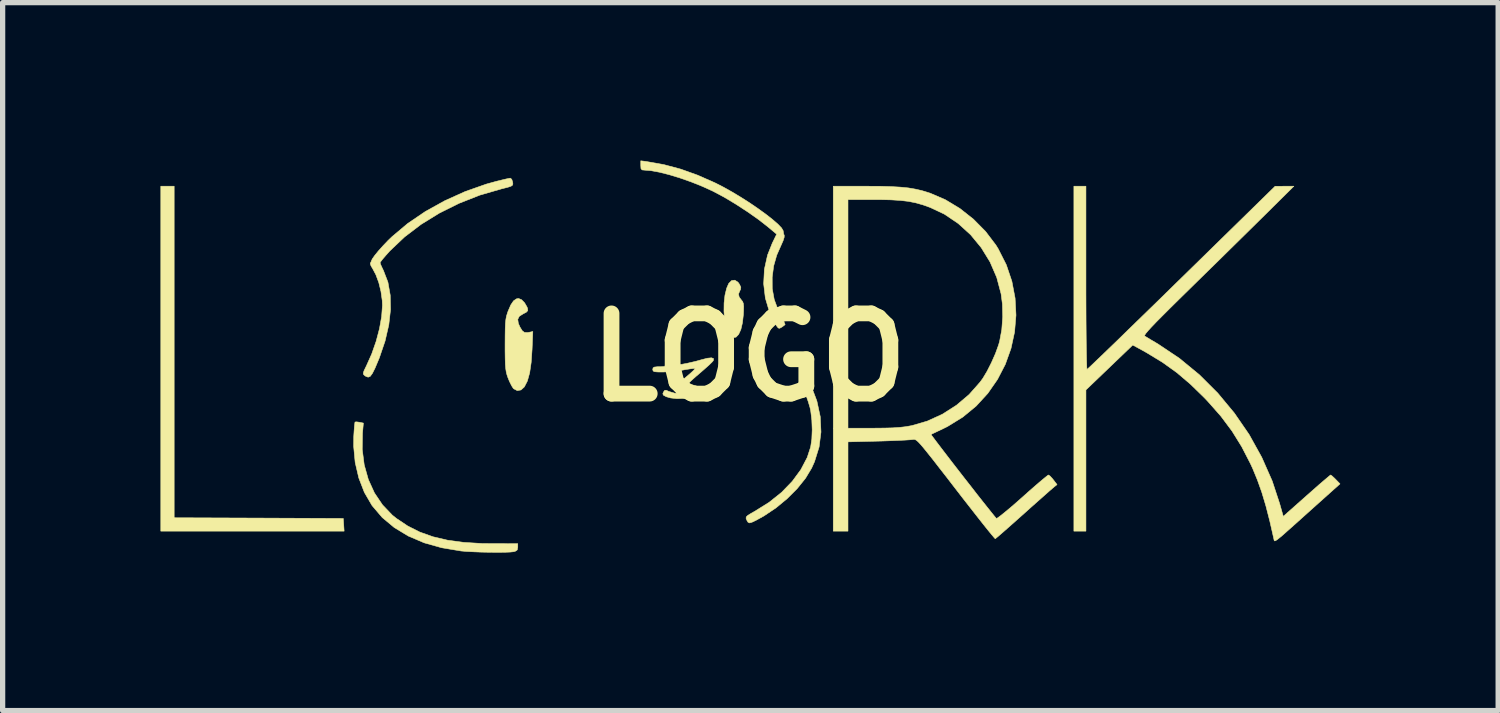
<source format=kicad_pcb>
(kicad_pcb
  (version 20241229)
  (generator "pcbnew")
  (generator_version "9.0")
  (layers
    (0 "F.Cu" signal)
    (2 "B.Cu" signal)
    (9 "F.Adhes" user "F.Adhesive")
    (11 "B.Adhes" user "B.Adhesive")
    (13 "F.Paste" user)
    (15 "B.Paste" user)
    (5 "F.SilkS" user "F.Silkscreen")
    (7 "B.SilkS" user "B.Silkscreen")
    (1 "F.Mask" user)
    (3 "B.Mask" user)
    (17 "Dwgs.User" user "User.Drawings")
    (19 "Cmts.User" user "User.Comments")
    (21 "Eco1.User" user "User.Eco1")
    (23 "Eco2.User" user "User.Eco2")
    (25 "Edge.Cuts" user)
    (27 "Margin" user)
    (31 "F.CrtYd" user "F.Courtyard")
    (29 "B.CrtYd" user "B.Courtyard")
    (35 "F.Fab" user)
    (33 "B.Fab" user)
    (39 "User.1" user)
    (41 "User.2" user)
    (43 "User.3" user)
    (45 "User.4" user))
  (footprint "LOGO"
    (layer "F.Cu")
    (at 11.181 3.739)
    (property "Reference" "LOGO" (at 0 0 0) (layer "F.SilkS") (effects (font (size 1.524 1.524) (thickness 0.3))))
    (attr through_hole)
    (fp_poly (pts (xy -10.922 3.048) (xy -9.315 3.054) (xy -7.709 3.061) (xy -7.701 3.181) (xy -7.693 3.302) (xy -11.176 3.302) (xy -11.176 -3.251) (xy -10.922 -3.251) (xy -10.922 3.048)) (stroke (width 0.01) (type solid)) (fill yes) (layer "F.SilkS"))
    (fp_poly (pts (xy -0.21 -1.427) (xy -0.183 -1.39) (xy -0.156 -1.333) (xy -0.161 -1.289) (xy -0.172 -1.27) (xy -0.2 -1.203) (xy -0.187 -1.144) (xy -0.149 -1.094) (xy -0.123 -1.061) (xy -0.108 -1.023) (xy -0.102 -0.967) (xy -0.104 -0.88) (xy -0.107 -0.815) (xy -0.125 -0.657) (xy -0.155 -0.529) (xy -0.197 -0.437) (xy -0.247 -0.384) (xy -0.303 -0.374) (xy -0.35 -0.4) (xy -0.401 -0.473) (xy -0.44 -0.584) (xy -0.465 -0.722) (xy -0.476 -0.875) (xy -0.474 -1.032) (xy -0.457 -1.182) (xy -0.425 -1.313) (xy -0.386 -1.403) (xy -0.332 -1.458) (xy -0.27 -1.466) (xy -0.21 -1.427)) (stroke (width 0.01) (type solid)) (fill yes) (layer "F.SilkS"))
    (fp_poly (pts (xy -7.401 1.234) (xy -7.327 1.249) (xy -7.344 1.443) (xy -7.349 1.749) (xy -7.311 2.044) (xy -7.233 2.321) (xy -7.117 2.576) (xy -6.964 2.803) (xy -6.778 2.998) (xy -6.698 3.062) (xy -6.484 3.205) (xy -6.255 3.32) (xy -6.005 3.409) (xy -5.729 3.474) (xy -5.42 3.516) (xy -5.072 3.537) (xy -4.883 3.539) (xy -4.394 3.54) (xy -4.394 3.608) (xy -4.404 3.659) (xy -4.442 3.685) (xy -4.474 3.693) (xy -4.539 3.7) (xy -4.645 3.704) (xy -4.778 3.705) (xy -4.929 3.704) (xy -5.086 3.701) (xy -5.237 3.695) (xy -5.372 3.688) (xy -5.474 3.679) (xy -5.838 3.618) (xy -6.172 3.524) (xy -6.474 3.395) (xy -6.74 3.234) (xy -6.969 3.043) (xy -7.158 2.821) (xy -7.166 2.81) (xy -7.308 2.566) (xy -7.414 2.292) (xy -7.483 1.997) (xy -7.512 1.689) (xy -7.51 1.502) (xy -7.503 1.392) (xy -7.496 1.303) (xy -7.489 1.245) (xy -7.486 1.229) (xy -7.456 1.226) (xy -7.401 1.234)) (stroke (width 0.01) (type solid)) (fill yes) (layer "F.SilkS"))
    (fp_poly (pts (xy -4.322 -1.095) (xy -4.265 -1.037) (xy -4.218 -0.956) (xy -4.207 -0.925) (xy -4.204 -0.887) (xy -4.232 -0.857) (xy -4.292 -0.826) (xy -4.365 -0.78) (xy -4.394 -0.722) (xy -4.383 -0.645) (xy -4.353 -0.577) (xy -4.309 -0.505) (xy -4.266 -0.473) (xy -4.207 -0.471) (xy -4.182 -0.475) (xy -4.108 -0.49) (xy -4.122 -0.15) (xy -4.139 0.096) (xy -4.168 0.295) (xy -4.211 0.449) (xy -4.268 0.56) (xy -4.269 0.562) (xy -4.333 0.62) (xy -4.404 0.632) (xy -4.471 0.597) (xy -4.48 0.588) (xy -4.511 0.539) (xy -4.55 0.461) (xy -4.579 0.391) (xy -4.599 0.333) (xy -4.613 0.277) (xy -4.623 0.212) (xy -4.63 0.13) (xy -4.633 0.021) (xy -4.635 -0.124) (xy -4.635 -0.241) (xy -4.634 -0.414) (xy -4.632 -0.545) (xy -4.628 -0.644) (xy -4.62 -0.719) (xy -4.609 -0.78) (xy -4.592 -0.836) (xy -4.579 -0.874) (xy -4.526 -0.996) (xy -4.474 -1.073) (xy -4.419 -1.111) (xy -4.379 -1.118) (xy -4.322 -1.095)) (stroke (width 0.01) (type solid)) (fill yes) (layer "F.SilkS"))
    (fp_poly (pts (xy 1.094 0.371) (xy 1.133 0.439) (xy 1.175 0.528) (xy 1.289 0.83) (xy 1.353 1.127) (xy 1.367 1.419) (xy 1.331 1.704) (xy 1.244 1.983) (xy 1.189 2.105) (xy 1.072 2.299) (xy 0.914 2.495) (xy 0.724 2.685) (xy 0.511 2.861) (xy 0.284 3.013) (xy 0.134 3.096) (xy 0.056 3.133) (xy 0.008 3.146) (xy -0.02 3.132) (xy -0.043 3.093) (xy -0.045 3.088) (xy -0.057 3.056) (xy -0.051 3.03) (xy -0.022 3.002) (xy 0.04 2.964) (xy 0.109 2.925) (xy 0.38 2.756) (xy 0.619 2.565) (xy 0.822 2.355) (xy 0.985 2.133) (xy 1.106 1.902) (xy 1.171 1.702) (xy 1.193 1.553) (xy 1.2 1.376) (xy 1.193 1.192) (xy 1.172 1.019) (xy 1.159 0.957) (xy 1.126 0.845) (xy 1.08 0.715) (xy 1.03 0.595) (xy 1.029 0.592) (xy 0.986 0.497) (xy 0.963 0.437) (xy 0.958 0.401) (xy 0.969 0.379) (xy 0.984 0.366) (xy 1.026 0.34) (xy 1.06 0.34) (xy 1.094 0.371)) (stroke (width 0.01) (type solid)) (fill yes) (layer "F.SilkS"))
    (fp_poly (pts (xy -1.949 -3.72) (xy -1.617 -3.661) (xy -1.298 -3.576) (xy -0.977 -3.461) (xy -0.648 -3.316) (xy -0.489 -3.235) (xy -0.321 -3.141) (xy -0.15 -3.038) (xy 0.019 -2.93) (xy 0.178 -2.821) (xy 0.324 -2.715) (xy 0.449 -2.617) (xy 0.549 -2.53) (xy 0.617 -2.459) (xy 0.648 -2.407) (xy 0.649 -2.399) (xy 0.659 -2.341) (xy 0.669 -2.319) (xy 0.668 -2.281) (xy 0.647 -2.215) (xy 0.62 -2.154) (xy 0.526 -1.941) (xy 0.468 -1.737) (xy 0.44 -1.524) (xy 0.441 -1.304) (xy 0.479 -1.097) (xy 0.557 -0.888) (xy 0.597 -0.805) (xy 0.639 -0.722) (xy 0.671 -0.658) (xy 0.685 -0.626) (xy 0.686 -0.624) (xy 0.667 -0.606) (xy 0.624 -0.575) (xy 0.582 -0.552) (xy 0.555 -0.557) (xy 0.523 -0.598) (xy 0.51 -0.619) (xy 0.388 -0.864) (xy 0.31 -1.126) (xy 0.278 -1.398) (xy 0.292 -1.673) (xy 0.352 -1.943) (xy 0.441 -2.167) (xy 0.525 -2.34) (xy 0.358 -2.48) (xy 0.18 -2.619) (xy -0.029 -2.766) (xy -0.252 -2.911) (xy -0.474 -3.044) (xy -0.679 -3.153) (xy -0.687 -3.157) (xy -0.884 -3.247) (xy -1.094 -3.331) (xy -1.306 -3.406) (xy -1.512 -3.469) (xy -1.702 -3.517) (xy -1.865 -3.547) (xy -1.98 -3.556) (xy -2.032 -3.561) (xy -2.053 -3.586) (xy -2.057 -3.645) (xy -2.057 -3.734) (xy -1.949 -3.72)) (stroke (width 0.01) (type solid)) (fill yes) (layer "F.SilkS"))
    (fp_poly (pts (xy -4.508 -3.382) (xy -4.491 -3.329) (xy -4.487 -3.294) (xy -4.495 -3.27) (xy -4.523 -3.251) (xy -4.58 -3.232) (xy -4.674 -3.208) (xy -4.71 -3.199) (xy -5.117 -3.081) (xy -5.51 -2.926) (xy -5.884 -2.74) (xy -6.231 -2.526) (xy -6.544 -2.288) (xy -6.816 -2.03) (xy -6.83 -2.016) (xy -6.904 -1.933) (xy -6.964 -1.863) (xy -7.001 -1.814) (xy -7.01 -1.798) (xy -7 -1.765) (xy -6.972 -1.703) (xy -6.945 -1.647) (xy -6.861 -1.428) (xy -6.817 -1.181) (xy -6.811 -0.91) (xy -6.844 -0.618) (xy -6.915 -0.31) (xy -7.024 0.01) (xy -7.108 0.21) (xy -7.157 0.307) (xy -7.197 0.361) (xy -7.237 0.377) (xy -7.282 0.36) (xy -7.3 0.348) (xy -7.323 0.327) (xy -7.329 0.301) (xy -7.316 0.258) (xy -7.281 0.185) (xy -7.27 0.163) (xy -7.169 -0.063) (xy -7.085 -0.303) (xy -7.021 -0.545) (xy -6.98 -0.777) (xy -6.965 -0.986) (xy -6.969 -1.081) (xy -6.993 -1.251) (xy -7.034 -1.419) (xy -7.089 -1.568) (xy -7.148 -1.68) (xy -7.183 -1.739) (xy -7.196 -1.781) (xy -7.193 -1.79) (xy -7.176 -1.827) (xy -7.176 -1.829) (xy -7.158 -1.869) (xy -7.111 -1.936) (xy -7.041 -2.022) (xy -6.954 -2.119) (xy -6.859 -2.219) (xy -6.783 -2.292) (xy -6.486 -2.542) (xy -6.149 -2.771) (xy -5.781 -2.975) (xy -5.393 -3.15) (xy -4.992 -3.291) (xy -4.804 -3.343) (xy -4.698 -3.369) (xy -4.609 -3.39) (xy -4.549 -3.402) (xy -4.534 -3.404) (xy -4.508 -3.382)) (stroke (width 0.01) (type solid)) (fill yes) (layer "F.SilkS"))
    (fp_poly (pts (xy -0.674 0.024) (xy -0.678 0.061) (xy -0.679 0.063) (xy -0.706 0.094) (xy -0.764 0.15) (xy -0.843 0.22) (xy -0.915 0.283) (xy -1.003 0.358) (xy -1.075 0.422) (xy -1.123 0.467) (xy -1.138 0.485) (xy -1.121 0.503) (xy -1.068 0.525) (xy -1.03 0.536) (xy -0.959 0.557) (xy -0.911 0.577) (xy -0.902 0.584) (xy -0.913 0.609) (xy -0.957 0.648) (xy -1.021 0.692) (xy -1.093 0.734) (xy -1.151 0.761) (xy -1.249 0.781) (xy -1.369 0.785) (xy -1.488 0.772) (xy -1.57 0.749) (xy -1.624 0.721) (xy -1.638 0.694) (xy -1.626 0.661) (xy -1.603 0.628) (xy -1.574 0.625) (xy -1.524 0.648) (xy -1.413 0.681) (xy -1.288 0.68) (xy -1.202 0.657) (xy -1.13 0.628) (xy -1.251 0.589) (xy -1.32 0.564) (xy -1.364 0.542) (xy -1.372 0.534) (xy -1.353 0.512) (xy -1.304 0.466) (xy -1.233 0.405) (xy -1.192 0.371) (xy -1.115 0.305) (xy -1.057 0.252) (xy -1.027 0.218) (xy -1.024 0.212) (xy -1.053 0.211) (xy -1.119 0.219) (xy -1.21 0.233) (xy -1.245 0.24) (xy -1.375 0.26) (xy -1.516 0.274) (xy -1.639 0.279) (xy -1.641 0.279) (xy -1.738 0.278) (xy -1.794 0.273) (xy -1.821 0.26) (xy -1.829 0.237) (xy -1.829 0.229) (xy -1.823 0.2) (xy -1.798 0.185) (xy -1.742 0.179) (xy -1.68 0.178) (xy -1.538 0.17) (xy -1.368 0.148) (xy -1.186 0.116) (xy -1.012 0.076) (xy -0.909 0.047) (xy -0.793 0.017) (xy -0.714 0.009) (xy -0.674 0.024)) (stroke (width 0.01) (type solid)) (fill yes) (layer "F.SilkS"))
    (fp_poly (pts (xy 6.401 -1.511) (xy 6.401 -1.219) (xy 6.402 -0.942) (xy 6.403 -0.685) (xy 6.405 -0.451) (xy 6.407 -0.245) (xy 6.41 -0.071) (xy 6.413 0.067) (xy 6.416 0.165) (xy 6.419 0.219) (xy 6.421 0.229) (xy 6.442 0.211) (xy 6.496 0.161) (xy 6.582 0.079) (xy 6.696 -0.03) (xy 6.837 -0.166) (xy 7.002 -0.325) (xy 7.187 -0.506) (xy 7.392 -0.705) (xy 7.613 -0.92) (xy 7.848 -1.149) (xy 8.094 -1.39) (xy 8.218 -1.511) (xy 9.995 -3.25) (xy 10.173 -3.251) (xy 10.351 -3.251) (xy 9.817 -2.722) (xy 9.685 -2.592) (xy 9.523 -2.432) (xy 9.338 -2.25) (xy 9.137 -2.052) (xy 8.928 -1.846) (xy 8.715 -1.638) (xy 8.507 -1.434) (xy 8.382 -1.311) (xy 8.171 -1.104) (xy 7.994 -0.929) (xy 7.849 -0.784) (xy 7.733 -0.667) (xy 7.645 -0.575) (xy 7.582 -0.506) (xy 7.54 -0.456) (xy 7.519 -0.424) (xy 7.516 -0.407) (xy 7.518 -0.404) (xy 7.556 -0.381) (xy 7.625 -0.339) (xy 7.715 -0.286) (xy 7.772 -0.252) (xy 8.177 0.019) (xy 8.555 0.33) (xy 8.904 0.678) (xy 9.22 1.058) (xy 9.501 1.466) (xy 9.741 1.899) (xy 9.94 2.35) (xy 10.08 2.775) (xy 10.15 3.022) (xy 10.593 2.629) (xy 10.719 2.518) (xy 10.832 2.418) (xy 10.928 2.336) (xy 10.999 2.276) (xy 11.041 2.241) (xy 11.05 2.235) (xy 11.075 2.252) (xy 11.121 2.294) (xy 11.146 2.319) (xy 11.228 2.404) (xy 10.663 2.91) (xy 10.485 3.07) (xy 10.341 3.199) (xy 10.227 3.3) (xy 10.141 3.377) (xy 10.077 3.43) (xy 10.033 3.465) (xy 10.004 3.483) (xy 9.987 3.488) (xy 9.979 3.482) (xy 9.975 3.469) (xy 9.971 3.45) (xy 9.971 3.449) (xy 9.895 3.115) (xy 9.82 2.823) (xy 9.742 2.563) (xy 9.658 2.328) (xy 9.567 2.107) (xy 9.526 2.019) (xy 9.36 1.697) (xy 9.177 1.402) (xy 8.967 1.121) (xy 8.72 0.841) (xy 8.65 0.767) (xy 8.386 0.51) (xy 8.126 0.289) (xy 7.854 0.094) (xy 7.556 -0.087) (xy 7.487 -0.126) (xy 7.29 -0.233) (xy 6.401 0.619) (xy 6.401 3.302) (xy 6.172 3.302) (xy 6.172 -3.251) (xy 6.401 -3.251) (xy 6.401 -1.511)) (stroke (width 0.01) (type solid)) (fill yes) (layer "F.SilkS"))
    (fp_poly (pts (xy 2.486 -3.25) (xy 2.696 -3.244) (xy 2.873 -3.234) (xy 3.025 -3.219) (xy 3.16 -3.196) (xy 3.286 -3.167) (xy 3.412 -3.128) (xy 3.441 -3.119) (xy 3.729 -2.995) (xy 4.006 -2.828) (xy 4.264 -2.624) (xy 4.495 -2.39) (xy 4.69 -2.133) (xy 4.734 -2.062) (xy 4.888 -1.758) (xy 4.994 -1.444) (xy 5.055 -1.124) (xy 5.072 -0.801) (xy 5.045 -0.481) (xy 4.977 -0.168) (xy 4.869 0.133) (xy 4.721 0.419) (xy 4.537 0.684) (xy 4.316 0.925) (xy 4.06 1.136) (xy 3.771 1.314) (xy 3.682 1.358) (xy 3.587 1.403) (xy 3.512 1.439) (xy 3.467 1.46) (xy 3.458 1.464) (xy 3.471 1.485) (xy 3.512 1.54) (xy 3.575 1.624) (xy 3.658 1.733) (xy 3.757 1.862) (xy 3.866 2.004) (xy 3.983 2.155) (xy 4.103 2.309) (xy 4.223 2.462) (xy 4.337 2.609) (xy 4.443 2.743) (xy 4.536 2.86) (xy 4.612 2.955) (xy 4.667 3.023) (xy 4.697 3.058) (xy 4.701 3.062) (xy 4.725 3.049) (xy 4.782 3.007) (xy 4.865 2.94) (xy 4.971 2.852) (xy 5.092 2.747) (xy 5.195 2.656) (xy 5.325 2.54) (xy 5.443 2.437) (xy 5.544 2.35) (xy 5.623 2.285) (xy 5.673 2.245) (xy 5.689 2.235) (xy 5.717 2.254) (xy 5.761 2.301) (xy 5.782 2.327) (xy 5.852 2.418) (xy 5.799 2.46) (xy 5.766 2.488) (xy 5.701 2.544) (xy 5.61 2.625) (xy 5.497 2.725) (xy 5.367 2.84) (xy 5.228 2.965) (xy 5.22 2.972) (xy 5.083 3.094) (xy 4.957 3.206) (xy 4.849 3.301) (xy 4.764 3.375) (xy 4.705 3.425) (xy 4.679 3.446) (xy 4.678 3.447) (xy 4.66 3.428) (xy 4.613 3.373) (xy 4.542 3.286) (xy 4.449 3.17) (xy 4.338 3.029) (xy 4.212 2.868) (xy 4.072 2.689) (xy 3.925 2.499) (xy 3.755 2.278) (xy 3.612 2.095) (xy 3.496 1.945) (xy 3.401 1.826) (xy 3.326 1.733) (xy 3.268 1.664) (xy 3.224 1.616) (xy 3.19 1.584) (xy 3.164 1.567) (xy 3.144 1.559) (xy 3.125 1.559) (xy 3.112 1.561) (xy 3.065 1.566) (xy 2.975 1.572) (xy 2.852 1.578) (xy 2.703 1.584) (xy 2.537 1.59) (xy 2.457 1.592) (xy 1.88 1.606) (xy 1.88 3.302) (xy 1.6 3.302) (xy 1.6 -2.997) (xy 1.88 -2.997) (xy 1.88 1.346) (xy 2.369 1.346) (xy 2.569 1.344) (xy 2.73 1.34) (xy 2.862 1.331) (xy 2.976 1.318) (xy 3.083 1.299) (xy 3.09 1.298) (xy 3.386 1.212) (xy 3.673 1.081) (xy 3.941 0.91) (xy 4.182 0.706) (xy 4.388 0.473) (xy 4.443 0.398) (xy 4.523 0.264) (xy 4.606 0.1) (xy 4.682 -0.072) (xy 4.741 -0.235) (xy 4.761 -0.305) (xy 4.802 -0.525) (xy 4.82 -0.768) (xy 4.814 -1.012) (xy 4.789 -1.206) (xy 4.706 -1.518) (xy 4.579 -1.812) (xy 4.411 -2.085) (xy 4.209 -2.33) (xy 3.974 -2.543) (xy 3.712 -2.72) (xy 3.443 -2.847) (xy 3.303 -2.897) (xy 3.169 -2.935) (xy 3.03 -2.963) (xy 2.876 -2.981) (xy 2.696 -2.992) (xy 2.48 -2.997) (xy 2.373 -2.997) (xy 1.88 -2.997) (xy 1.6 -2.997) (xy 1.6 -3.251) (xy 2.232 -3.251) (xy 2.486 -3.25)) (stroke (width 0.01) (type solid)) (fill yes) (layer "F.SilkS")))
  (gr_rect
    (start -3 -3)
    (end 25.414 10.45)
    (stroke (width 0.1) (type default))
    (fill no)
    (layer "Edge.Cuts")))
</source>
